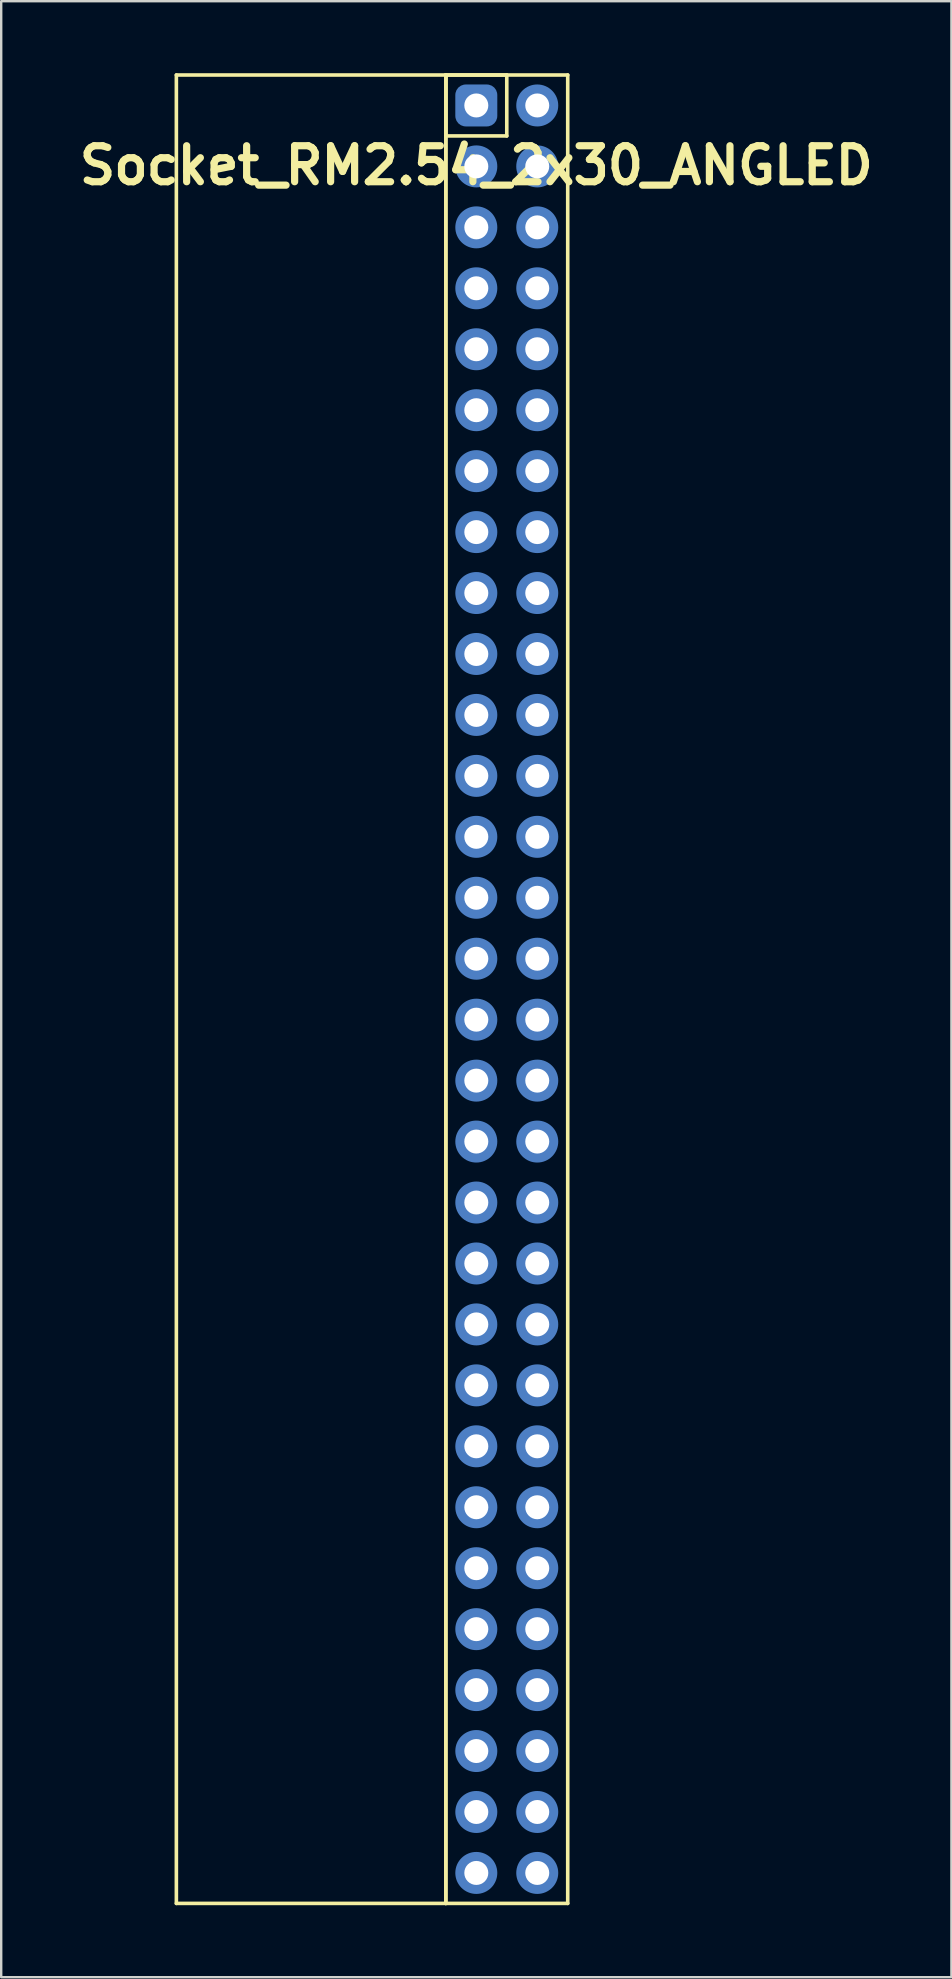
<source format=kicad_pcb>
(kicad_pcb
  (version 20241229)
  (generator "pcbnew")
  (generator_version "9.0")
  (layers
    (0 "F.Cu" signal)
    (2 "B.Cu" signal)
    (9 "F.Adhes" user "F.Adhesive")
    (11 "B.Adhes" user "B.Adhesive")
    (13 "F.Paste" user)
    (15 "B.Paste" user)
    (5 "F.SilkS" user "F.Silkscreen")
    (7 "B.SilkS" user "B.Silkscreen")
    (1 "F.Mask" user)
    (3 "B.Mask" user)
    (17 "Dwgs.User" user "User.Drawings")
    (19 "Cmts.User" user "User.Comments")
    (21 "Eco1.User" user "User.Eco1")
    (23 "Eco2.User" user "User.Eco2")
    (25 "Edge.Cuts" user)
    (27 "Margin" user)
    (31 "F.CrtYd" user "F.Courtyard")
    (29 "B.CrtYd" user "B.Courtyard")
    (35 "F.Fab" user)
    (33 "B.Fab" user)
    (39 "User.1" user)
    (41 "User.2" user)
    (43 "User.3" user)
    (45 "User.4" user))
  (footprint "Socket_RM2.54_2x30_ANGLED"
    (layer "F.Cu")
    (at 16.8 1.345)
    (property "Reference" "Socket_RM2.54_2x30_ANGLED" (at 0 2.5 0) (layer "F.SilkS") (effects (font (size 1.5 1.5) (thickness 0.3))))
    (attr through_hole)
    (fp_line (start -12.5 -1.27) (end -1.27 -1.27) (stroke (width 0.15) (type solid)) (layer "F.SilkS"))
    (fp_line (start -12.5 74.93) (end -12.5 -1.27) (stroke (width 0.15) (type solid)) (layer "F.SilkS"))
    (fp_line (start -1.27 -1.27) (end -1.27 74.93) (stroke (width 0.15) (type solid)) (layer "F.SilkS"))
    (fp_line (start -1.27 -1.27) (end 1.27 -1.27) (stroke (width 0.15) (type solid)) (layer "F.SilkS"))
    (fp_line (start -1.27 -1.27) (end 3.81 -1.27) (stroke (width 0.15) (type solid)) (layer "F.SilkS"))
    (fp_line (start -1.27 1.27) (end -1.27 -1.27) (stroke (width 0.15) (type solid)) (layer "F.SilkS"))
    (fp_line (start -1.27 74.93) (end -12.5 74.93) (stroke (width 0.15) (type solid)) (layer "F.SilkS"))
    (fp_line (start -1.27 74.93) (end -1.27 -1.27) (stroke (width 0.15) (type solid)) (layer "F.SilkS"))
    (fp_line (start 1.27 -1.27) (end 1.27 1.27) (stroke (width 0.15) (type solid)) (layer "F.SilkS"))
    (fp_line (start 1.27 1.27) (end -1.27 1.27) (stroke (width 0.15) (type solid)) (layer "F.SilkS"))
    (fp_line (start 3.81 -1.27) (end 3.81 74.93) (stroke (width 0.15) (type solid)) (layer "F.SilkS"))
    (fp_line (start 3.81 74.93) (end -1.27 74.93) (stroke (width 0.15) (type solid)) (layer "F.SilkS"))
    (pad "1" thru_hole circle (at 0 0) (size 1.3 1.3) (drill 1) (layers "*.Cu" "*.Mask"))
    (pad "1" smd roundrect (at 0 0) (size 1.5 1.5) (layers "F.Cu" "F.Mask") (roundrect_rratio 0.25))
    (pad "1" smd roundrect (at 0 0) (size 1.75 1.75) (layers "B.Cu" "B.Mask") (roundrect_rratio 0.25))
    (pad "2" thru_hole circle (at 2.54 0) (size 1.3 1.3) (drill 1) (layers "*.Cu" "*.Mask"))
    (pad "2" smd circle (at 2.54 0) (size 1.5 1.5) (layers "F.Cu" "F.Mask"))
    (pad "2" smd circle (at 2.54 0) (size 1.75 1.75) (layers "B.Cu" "B.Mask"))
    (pad "3" thru_hole circle (at 0 2.54) (size 1.3 1.3) (drill 1) (layers "*.Cu" "*.Mask"))
    (pad "3" smd circle (at 0 2.54) (size 1.5 1.5) (layers "F.Cu" "F.Mask"))
    (pad "3" smd circle (at 0 2.54) (size 1.75 1.75) (layers "B.Cu" "B.Mask"))
    (pad "4" thru_hole circle (at 2.54 2.54) (size 1.3 1.3) (drill 1) (layers "*.Cu" "*.Mask"))
    (pad "4" smd circle (at 2.54 2.54) (size 1.5 1.5) (layers "F.Cu" "F.Mask"))
    (pad "4" smd circle (at 2.54 2.54) (size 1.75 1.75) (layers "B.Cu" "B.Mask"))
    (pad "5" thru_hole circle (at 0 5.08) (size 1.3 1.3) (drill 1) (layers "*.Cu" "*.Mask"))
    (pad "5" smd circle (at 0 5.08) (size 1.5 1.5) (layers "F.Cu" "F.Mask"))
    (pad "5" smd circle (at 0 5.08) (size 1.75 1.75) (layers "B.Cu" "B.Mask"))
    (pad "6" thru_hole circle (at 2.54 5.08) (size 1.3 1.3) (drill 1) (layers "*.Cu" "*.Mask"))
    (pad "6" smd circle (at 2.54 5.08) (size 1.5 1.5) (layers "F.Cu" "F.Mask"))
    (pad "6" smd circle (at 2.54 5.08) (size 1.75 1.75) (layers "B.Cu" "B.Mask"))
    (pad "7" thru_hole circle (at 0 7.62) (size 1.3 1.3) (drill 1) (layers "*.Cu" "*.Mask"))
    (pad "7" smd circle (at 0 7.62) (size 1.5 1.5) (layers "F.Cu" "F.Mask"))
    (pad "7" smd circle (at 0 7.62) (size 1.75 1.75) (layers "B.Cu" "B.Mask"))
    (pad "8" thru_hole circle (at 2.54 7.62) (size 1.3 1.3) (drill 1) (layers "*.Cu" "*.Mask"))
    (pad "8" smd circle (at 2.54 7.62) (size 1.5 1.5) (layers "F.Cu" "F.Mask"))
    (pad "8" smd circle (at 2.54 7.62) (size 1.75 1.75) (layers "B.Cu" "B.Mask"))
    (pad "9" thru_hole circle (at 0 10.16) (size 1.3 1.3) (drill 1) (layers "*.Cu" "*.Mask"))
    (pad "9" smd circle (at 0 10.16) (size 1.5 1.5) (layers "F.Cu" "F.Mask"))
    (pad "9" smd circle (at 0 10.16) (size 1.75 1.75) (layers "B.Cu" "B.Mask"))
    (pad "10" thru_hole circle (at 2.54 10.16) (size 1.3 1.3) (drill 1) (layers "*.Cu" "*.Mask"))
    (pad "10" smd circle (at 2.54 10.16) (size 1.5 1.5) (layers "F.Cu" "F.Mask"))
    (pad "10" smd circle (at 2.54 10.16) (size 1.75 1.75) (layers "B.Cu" "B.Mask"))
    (pad "11" thru_hole circle (at 0 12.7) (size 1.3 1.3) (drill 1) (layers "*.Cu" "*.Mask"))
    (pad "11" smd circle (at 0 12.7) (size 1.5 1.5) (layers "F.Cu" "F.Mask"))
    (pad "11" smd circle (at 0 12.7) (size 1.75 1.75) (layers "B.Cu" "B.Mask"))
    (pad "12" thru_hole circle (at 2.54 12.7) (size 1.3 1.3) (drill 1) (layers "*.Cu" "*.Mask"))
    (pad "12" smd circle (at 2.54 12.7) (size 1.5 1.5) (layers "F.Cu" "F.Mask"))
    (pad "12" smd circle (at 2.54 12.7) (size 1.75 1.75) (layers "B.Cu" "B.Mask"))
    (pad "13" thru_hole circle (at 0 15.24) (size 1.3 1.3) (drill 1) (layers "*.Cu" "*.Mask"))
    (pad "13" smd circle (at 0 15.24) (size 1.5 1.5) (layers "F.Cu" "F.Mask"))
    (pad "13" smd circle (at 0 15.24) (size 1.75 1.75) (layers "B.Cu" "B.Mask"))
    (pad "14" thru_hole circle (at 2.54 15.24) (size 1.3 1.3) (drill 1) (layers "*.Cu" "*.Mask"))
    (pad "14" smd circle (at 2.54 15.24) (size 1.5 1.5) (layers "F.Cu" "F.Mask"))
    (pad "14" smd circle (at 2.54 15.24) (size 1.75 1.75) (layers "B.Cu" "B.Mask"))
    (pad "15" thru_hole circle (at 0 17.78) (size 1.3 1.3) (drill 1) (layers "*.Cu" "*.Mask"))
    (pad "15" smd circle (at 0 17.78) (size 1.5 1.5) (layers "F.Cu" "F.Mask"))
    (pad "15" smd circle (at 0 17.78) (size 1.75 1.75) (layers "B.Cu" "B.Mask"))
    (pad "16" thru_hole circle (at 2.54 17.78) (size 1.3 1.3) (drill 1) (layers "*.Cu" "*.Mask"))
    (pad "16" smd circle (at 2.54 17.78) (size 1.5 1.5) (layers "F.Cu" "F.Mask"))
    (pad "16" smd circle (at 2.54 17.78) (size 1.75 1.75) (layers "B.Cu" "B.Mask"))
    (pad "17" thru_hole circle (at 0 20.32) (size 1.3 1.3) (drill 1) (layers "*.Cu" "*.Mask"))
    (pad "17" smd circle (at 0 20.32) (size 1.5 1.5) (layers "F.Cu" "F.Mask"))
    (pad "17" smd circle (at 0 20.32) (size 1.75 1.75) (layers "B.Cu" "B.Mask"))
    (pad "18" thru_hole circle (at 2.54 20.32) (size 1.3 1.3) (drill 1) (layers "*.Cu" "*.Mask"))
    (pad "18" smd circle (at 2.54 20.32) (size 1.5 1.5) (layers "F.Cu" "F.Mask"))
    (pad "18" smd circle (at 2.54 20.32) (size 1.75 1.75) (layers "B.Cu" "B.Mask"))
    (pad "19" thru_hole circle (at 0 22.86) (size 1.3 1.3) (drill 1) (layers "*.Cu" "*.Mask"))
    (pad "19" smd circle (at 0 22.86) (size 1.5 1.5) (layers "F.Cu" "F.Mask"))
    (pad "19" smd circle (at 0 22.86) (size 1.75 1.75) (layers "B.Cu" "B.Mask"))
    (pad "20" thru_hole circle (at 2.54 22.86) (size 1.3 1.3) (drill 1) (layers "*.Cu" "*.Mask"))
    (pad "20" smd circle (at 2.54 22.86) (size 1.5 1.5) (layers "F.Cu" "F.Mask"))
    (pad "20" smd circle (at 2.54 22.86) (size 1.75 1.75) (layers "B.Cu" "B.Mask"))
    (pad "21" thru_hole circle (at 0 25.4) (size 1.3 1.3) (drill 1) (layers "*.Cu" "*.Mask"))
    (pad "21" smd circle (at 0 25.4) (size 1.5 1.5) (layers "F.Cu" "F.Mask"))
    (pad "21" smd circle (at 0 25.4) (size 1.75 1.75) (layers "B.Cu" "B.Mask"))
    (pad "22" thru_hole circle (at 2.54 25.4) (size 1.3 1.3) (drill 1) (layers "*.Cu" "*.Mask"))
    (pad "22" smd circle (at 2.54 25.4) (size 1.5 1.5) (layers "F.Cu" "F.Mask"))
    (pad "22" smd circle (at 2.54 25.4) (size 1.75 1.75) (layers "B.Cu" "B.Mask"))
    (pad "23" thru_hole circle (at 0 27.94) (size 1.3 1.3) (drill 1) (layers "*.Cu" "*.Mask"))
    (pad "23" smd circle (at 0 27.94) (size 1.5 1.5) (layers "F.Cu" "F.Mask"))
    (pad "23" smd circle (at 0 27.94) (size 1.75 1.75) (layers "B.Cu" "B.Mask"))
    (pad "24" thru_hole circle (at 2.54 27.94) (size 1.3 1.3) (drill 1) (layers "*.Cu" "*.Mask"))
    (pad "24" smd circle (at 2.54 27.94) (size 1.5 1.5) (layers "F.Cu" "F.Mask"))
    (pad "24" smd circle (at 2.54 27.94) (size 1.75 1.75) (layers "B.Cu" "B.Mask"))
    (pad "25" thru_hole circle (at 0 30.48) (size 1.3 1.3) (drill 1) (layers "*.Cu" "*.Mask"))
    (pad "25" smd circle (at 0 30.48) (size 1.5 1.5) (layers "F.Cu" "F.Mask"))
    (pad "25" smd circle (at 0 30.48) (size 1.75 1.75) (layers "B.Cu" "B.Mask"))
    (pad "26" thru_hole circle (at 2.54 30.48) (size 1.3 1.3) (drill 1) (layers "*.Cu" "*.Mask"))
    (pad "26" smd circle (at 2.54 30.48) (size 1.5 1.5) (layers "F.Cu" "F.Mask"))
    (pad "26" smd circle (at 2.54 30.48) (size 1.75 1.75) (layers "B.Cu" "B.Mask"))
    (pad "27" thru_hole circle (at 0 33.02) (size 1.3 1.3) (drill 1) (layers "*.Cu" "*.Mask"))
    (pad "27" smd circle (at 0 33.02) (size 1.5 1.5) (layers "F.Cu" "F.Mask"))
    (pad "27" smd circle (at 0 33.02) (size 1.75 1.75) (layers "B.Cu" "B.Mask"))
    (pad "28" thru_hole circle (at 2.54 33.02) (size 1.3 1.3) (drill 1) (layers "*.Cu" "*.Mask"))
    (pad "28" smd circle (at 2.54 33.02) (size 1.5 1.5) (layers "F.Cu" "F.Mask"))
    (pad "28" smd circle (at 2.54 33.02) (size 1.75 1.75) (layers "B.Cu" "B.Mask"))
    (pad "29" thru_hole circle (at 0 35.56) (size 1.3 1.3) (drill 1) (layers "*.Cu" "*.Mask"))
    (pad "29" smd circle (at 0 35.56) (size 1.5 1.5) (layers "F.Cu" "F.Mask"))
    (pad "29" smd circle (at 0 35.56) (size 1.75 1.75) (layers "B.Cu" "B.Mask"))
    (pad "30" thru_hole circle (at 2.54 35.56) (size 1.3 1.3) (drill 1) (layers "*.Cu" "*.Mask"))
    (pad "30" smd circle (at 2.54 35.56) (size 1.5 1.5) (layers "F.Cu" "F.Mask"))
    (pad "30" smd circle (at 2.54 35.56) (size 1.75 1.75) (layers "B.Cu" "B.Mask"))
    (pad "31" thru_hole circle (at 0 38.1) (size 1.3 1.3) (drill 1) (layers "*.Cu" "*.Mask"))
    (pad "31" smd circle (at 0 38.1) (size 1.5 1.5) (layers "F.Cu" "F.Mask"))
    (pad "31" smd circle (at 0 38.1) (size 1.75 1.75) (layers "B.Cu" "B.Mask"))
    (pad "32" thru_hole circle (at 2.54 38.1) (size 1.3 1.3) (drill 1) (layers "*.Cu" "*.Mask"))
    (pad "32" smd circle (at 2.54 38.1) (size 1.5 1.5) (layers "F.Cu" "F.Mask"))
    (pad "32" smd circle (at 2.54 38.1) (size 1.75 1.75) (layers "B.Cu" "B.Mask"))
    (pad "33" thru_hole circle (at 0 40.64) (size 1.3 1.3) (drill 1) (layers "*.Cu" "*.Mask"))
    (pad "33" smd circle (at 0 40.64) (size 1.5 1.5) (layers "F.Cu" "F.Mask"))
    (pad "33" smd circle (at 0 40.64) (size 1.75 1.75) (layers "B.Cu" "B.Mask"))
    (pad "34" thru_hole circle (at 2.54 40.64) (size 1.3 1.3) (drill 1) (layers "*.Cu" "*.Mask"))
    (pad "34" smd circle (at 2.54 40.64) (size 1.5 1.5) (layers "F.Cu" "F.Mask"))
    (pad "34" smd circle (at 2.54 40.64) (size 1.75 1.75) (layers "B.Cu" "B.Mask"))
    (pad "35" thru_hole circle (at 0 43.18) (size 1.3 1.3) (drill 1) (layers "*.Cu" "*.Mask"))
    (pad "35" smd circle (at 0 43.18) (size 1.5 1.5) (layers "F.Cu" "F.Mask"))
    (pad "35" smd circle (at 0 43.18) (size 1.75 1.75) (layers "B.Cu" "B.Mask"))
    (pad "36" thru_hole circle (at 2.54 43.18) (size 1.3 1.3) (drill 1) (layers "*.Cu" "*.Mask"))
    (pad "36" smd circle (at 2.54 43.18) (size 1.5 1.5) (layers "F.Cu" "F.Mask"))
    (pad "36" smd circle (at 2.54 43.18) (size 1.75 1.75) (layers "B.Cu" "B.Mask"))
    (pad "37" thru_hole circle (at 0 45.72) (size 1.3 1.3) (drill 1) (layers "*.Cu" "*.Mask"))
    (pad "37" smd circle (at 0 45.72) (size 1.5 1.5) (layers "F.Cu" "F.Mask"))
    (pad "37" smd circle (at 0 45.72) (size 1.75 1.75) (layers "B.Cu" "B.Mask"))
    (pad "38" thru_hole circle (at 2.54 45.72) (size 1.3 1.3) (drill 1) (layers "*.Cu" "*.Mask"))
    (pad "38" smd circle (at 2.54 45.72) (size 1.5 1.5) (layers "F.Cu" "F.Mask"))
    (pad "38" smd circle (at 2.54 45.72) (size 1.75 1.75) (layers "B.Cu" "B.Mask"))
    (pad "39" thru_hole circle (at 0 48.26) (size 1.3 1.3) (drill 1) (layers "*.Cu" "*.Mask"))
    (pad "39" smd circle (at 0 48.26) (size 1.5 1.5) (layers "F.Cu" "F.Mask"))
    (pad "39" smd circle (at 0 48.26) (size 1.75 1.75) (layers "B.Cu" "B.Mask"))
    (pad "40" thru_hole circle (at 2.54 48.26) (size 1.3 1.3) (drill 1) (layers "*.Cu" "*.Mask"))
    (pad "40" smd circle (at 2.54 48.26) (size 1.5 1.5) (layers "F.Cu" "F.Mask"))
    (pad "40" smd circle (at 2.54 48.26) (size 1.75 1.75) (layers "B.Cu" "B.Mask"))
    (pad "41" thru_hole circle (at 0 50.8) (size 1.3 1.3) (drill 1) (layers "*.Cu" "*.Mask"))
    (pad "41" smd circle (at 0 50.8) (size 1.5 1.5) (layers "F.Cu" "F.Mask"))
    (pad "41" smd circle (at 0 50.8) (size 1.75 1.75) (layers "B.Cu" "B.Mask"))
    (pad "42" thru_hole circle (at 2.54 50.8) (size 1.3 1.3) (drill 1) (layers "*.Cu" "*.Mask"))
    (pad "42" smd circle (at 2.54 50.8) (size 1.5 1.5) (layers "F.Cu" "F.Mask"))
    (pad "42" smd circle (at 2.54 50.8) (size 1.75 1.75) (layers "B.Cu" "B.Mask"))
    (pad "43" thru_hole circle (at 0 53.34) (size 1.3 1.3) (drill 1) (layers "*.Cu" "*.Mask"))
    (pad "43" smd circle (at 0 53.34) (size 1.5 1.5) (layers "F.Cu" "F.Mask"))
    (pad "43" smd circle (at 0 53.34) (size 1.75 1.75) (layers "B.Cu" "B.Mask"))
    (pad "44" thru_hole circle (at 2.54 53.34) (size 1.3 1.3) (drill 1) (layers "*.Cu" "*.Mask"))
    (pad "44" smd circle (at 2.54 53.34) (size 1.5 1.5) (layers "F.Cu" "F.Mask"))
    (pad "44" smd circle (at 2.54 53.34) (size 1.75 1.75) (layers "B.Cu" "B.Mask"))
    (pad "45" thru_hole circle (at 0 55.88) (size 1.3 1.3) (drill 1) (layers "*.Cu" "*.Mask"))
    (pad "45" smd circle (at 0 55.88) (size 1.5 1.5) (layers "F.Cu" "F.Mask"))
    (pad "45" smd circle (at 0 55.88) (size 1.75 1.75) (layers "B.Cu" "B.Mask"))
    (pad "46" thru_hole circle (at 2.54 55.88) (size 1.3 1.3) (drill 1) (layers "*.Cu" "*.Mask"))
    (pad "46" smd circle (at 2.54 55.88) (size 1.5 1.5) (layers "F.Cu" "F.Mask"))
    (pad "46" smd circle (at 2.54 55.88) (size 1.75 1.75) (layers "B.Cu" "B.Mask"))
    (pad "47" thru_hole circle (at 0 58.42) (size 1.3 1.3) (drill 1) (layers "*.Cu" "*.Mask"))
    (pad "47" smd circle (at 0 58.42) (size 1.5 1.5) (layers "F.Cu" "F.Mask"))
    (pad "47" smd circle (at 0 58.42) (size 1.75 1.75) (layers "B.Cu" "B.Mask"))
    (pad "48" thru_hole circle (at 2.54 58.42) (size 1.3 1.3) (drill 1) (layers "*.Cu" "*.Mask"))
    (pad "48" smd circle (at 2.54 58.42) (size 1.5 1.5) (layers "F.Cu" "F.Mask"))
    (pad "48" smd circle (at 2.54 58.42) (size 1.75 1.75) (layers "B.Cu" "B.Mask"))
    (pad "49" thru_hole circle (at 0 60.96) (size 1.3 1.3) (drill 1) (layers "*.Cu" "*.Mask"))
    (pad "49" smd circle (at 0 60.96) (size 1.5 1.5) (layers "F.Cu" "F.Mask"))
    (pad "49" smd circle (at 0 60.96) (size 1.75 1.75) (layers "B.Cu" "B.Mask"))
    (pad "50" thru_hole circle (at 2.54 60.96) (size 1.3 1.3) (drill 1) (layers "*.Cu" "*.Mask"))
    (pad "50" smd circle (at 2.54 60.96) (size 1.5 1.5) (layers "F.Cu" "F.Mask"))
    (pad "50" smd circle (at 2.54 60.96) (size 1.75 1.75) (layers "B.Cu" "B.Mask"))
    (pad "51" thru_hole circle (at 0 63.5) (size 1.3 1.3) (drill 1) (layers "*.Cu" "*.Mask"))
    (pad "51" smd circle (at 0 63.5) (size 1.5 1.5) (layers "F.Cu" "F.Mask"))
    (pad "51" smd circle (at 0 63.5) (size 1.75 1.75) (layers "B.Cu" "B.Mask"))
    (pad "52" thru_hole circle (at 2.54 63.5) (size 1.3 1.3) (drill 1) (layers "*.Cu" "*.Mask"))
    (pad "52" smd circle (at 2.54 63.5) (size 1.5 1.5) (layers "F.Cu" "F.Mask"))
    (pad "52" smd circle (at 2.54 63.5) (size 1.75 1.75) (layers "B.Cu" "B.Mask"))
    (pad "53" thru_hole circle (at 0 66.04) (size 1.3 1.3) (drill 1) (layers "*.Cu" "*.Mask"))
    (pad "53" smd circle (at 0 66.04) (size 1.5 1.5) (layers "F.Cu" "F.Mask"))
    (pad "53" smd circle (at 0 66.04) (size 1.75 1.75) (layers "B.Cu" "B.Mask"))
    (pad "54" thru_hole circle (at 2.54 66.04) (size 1.3 1.3) (drill 1) (layers "*.Cu" "*.Mask"))
    (pad "54" smd circle (at 2.54 66.04) (size 1.5 1.5) (layers "F.Cu" "F.Mask"))
    (pad "54" smd circle (at 2.54 66.04) (size 1.75 1.75) (layers "B.Cu" "B.Mask"))
    (pad "55" thru_hole circle (at 0 68.58) (size 1.3 1.3) (drill 1) (layers "*.Cu" "*.Mask"))
    (pad "55" smd circle (at 0 68.58) (size 1.5 1.5) (layers "F.Cu" "F.Mask"))
    (pad "55" smd circle (at 0 68.58) (size 1.75 1.75) (layers "B.Cu" "B.Mask"))
    (pad "56" thru_hole circle (at 2.54 68.58) (size 1.3 1.3) (drill 1) (layers "*.Cu" "*.Mask"))
    (pad "56" smd circle (at 2.54 68.58) (size 1.5 1.5) (layers "F.Cu" "F.Mask"))
    (pad "56" smd circle (at 2.54 68.58) (size 1.75 1.75) (layers "B.Cu" "B.Mask"))
    (pad "57" thru_hole circle (at 0 71.12) (size 1.3 1.3) (drill 1) (layers "*.Cu" "*.Mask"))
    (pad "57" smd circle (at 0 71.12) (size 1.5 1.5) (layers "F.Cu" "F.Mask"))
    (pad "57" smd circle (at 0 71.12) (size 1.75 1.75) (layers "B.Cu" "B.Mask"))
    (pad "58" thru_hole circle (at 2.54 71.12) (size 1.3 1.3) (drill 1) (layers "*.Cu" "*.Mask"))
    (pad "58" smd circle (at 2.54 71.12) (size 1.5 1.5) (layers "F.Cu" "F.Mask"))
    (pad "58" smd circle (at 2.54 71.12) (size 1.75 1.75) (layers "B.Cu" "B.Mask"))
    (pad "59" thru_hole circle (at 0 73.66) (size 1.3 1.3) (drill 1) (layers "*.Cu" "*.Mask"))
    (pad "59" smd circle (at 0 73.66) (size 1.5 1.5) (layers "F.Cu" "F.Mask"))
    (pad "59" smd circle (at 0 73.66) (size 1.75 1.75) (layers "B.Cu" "B.Mask"))
    (pad "60" thru_hole circle (at 2.54 73.66) (size 1.3 1.3) (drill 1) (layers "*.Cu" "*.Mask"))
    (pad "60" smd circle (at 2.54 73.66) (size 1.5 1.5) (layers "F.Cu" "F.Mask"))
    (pad "60" smd circle (at 2.54 73.66) (size 1.75 1.75) (layers "B.Cu" "B.Mask")))
  (gr_rect
    (start -3 -3)
    (end 36.6 79.35)
    (stroke (width 0.1) (type default))
    (fill no)
    (layer "Edge.Cuts")))
</source>
